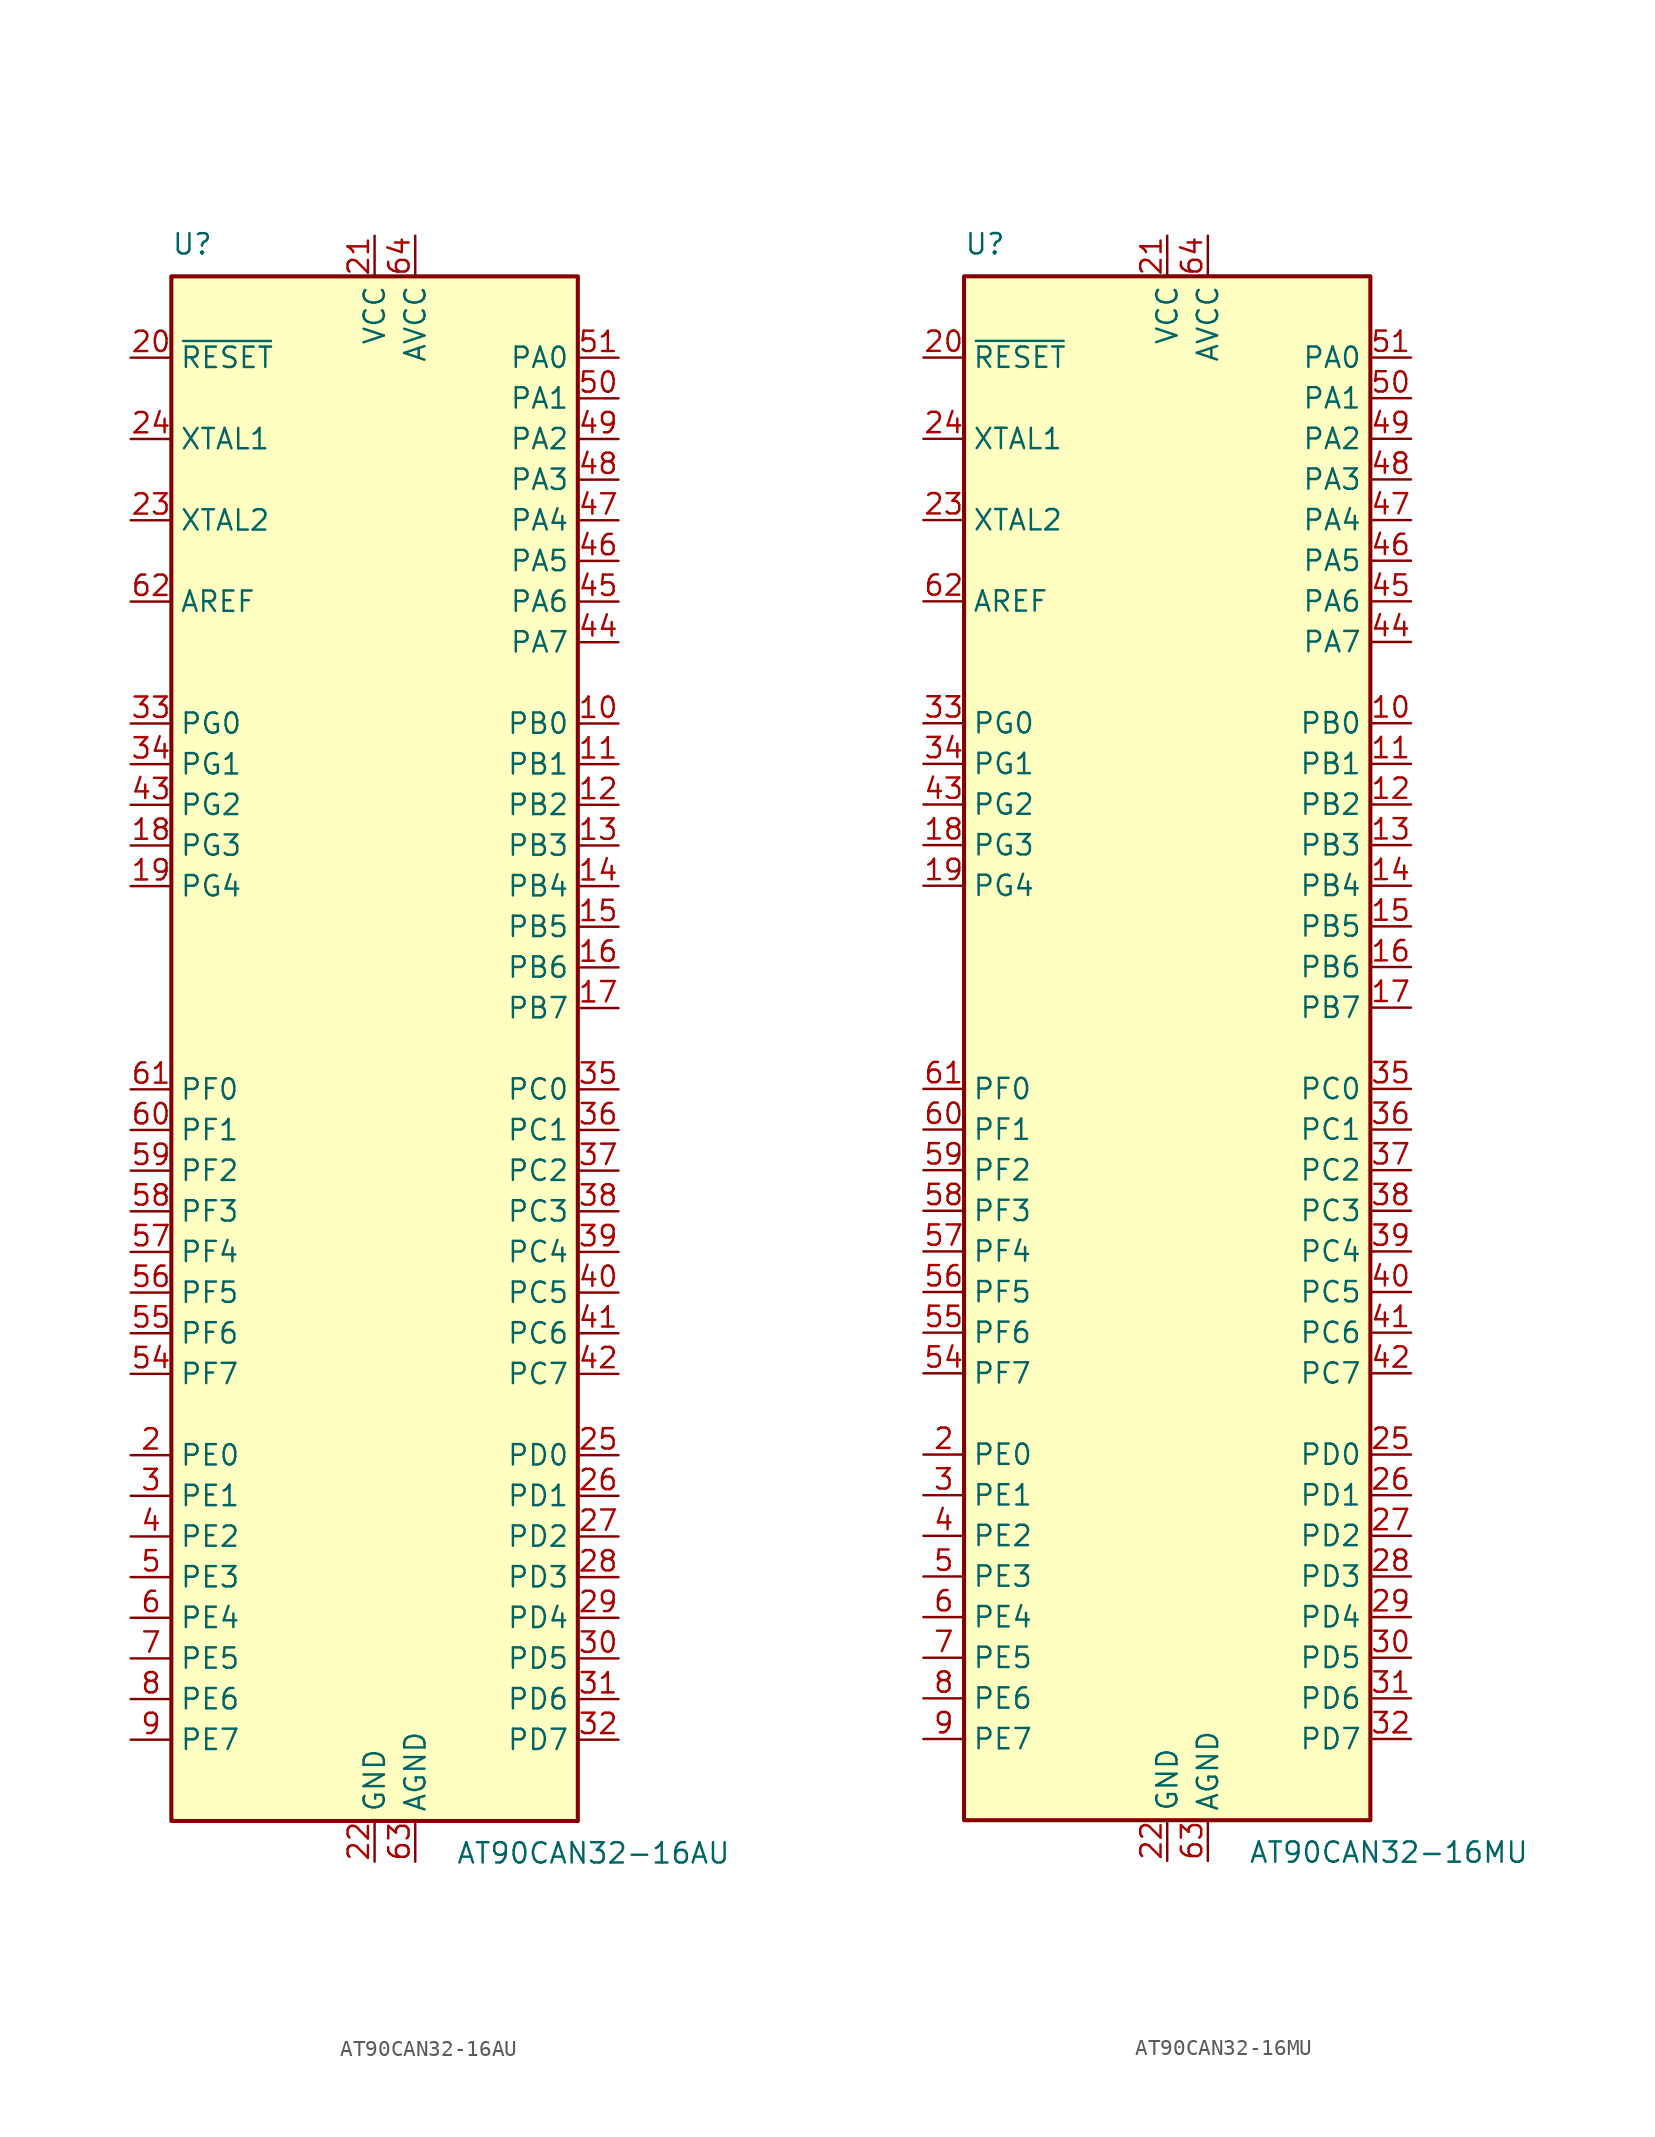
<source format=kicad_sym>
(kicad_symbol_lib
  (version 20201005)
  (generator kicad_symbol_editor)
  (symbol "AT90CAN32-16AU"
    (property "Reference" "U"
      (at -12.7 49.53 0)
      (effects (font (size 1.27 1.27)) (justify left bottom)))
    (property "Value" "AT90CAN32-16AU"
      (at 5.08 -49.53 0)
      (effects (font (size 1.27 1.27)) (justify left top)))
    (symbol "AT90CAN32-16AU_0_1"
      (rectangle (start -12.7 -48.26) (end 12.7 48.26) (stroke (width 0.254)) (fill (type background))))
    (symbol "AT90CAN32-16AU_1_1"
      (pin no_connect line (at -12.7 -45.72 0) (length 2.54) hide (name "NC" (effects (font (size 1.27 1.27)))) (number "1" (effects (font (size 1.27 1.27)))))
      (pin tri_state line (at 15.24 20.32 180) (length 2.54) (name "PB0" (effects (font (size 1.27 1.27)))) (number "10" (effects (font (size 1.27 1.27)))))
      (pin tri_state line (at 15.24 17.78 180) (length 2.54) (name "PB1" (effects (font (size 1.27 1.27)))) (number "11" (effects (font (size 1.27 1.27)))))
      (pin tri_state line (at 15.24 15.24 180) (length 2.54) (name "PB2" (effects (font (size 1.27 1.27)))) (number "12" (effects (font (size 1.27 1.27)))))
      (pin tri_state line (at 15.24 12.7 180) (length 2.54) (name "PB3" (effects (font (size 1.27 1.27)))) (number "13" (effects (font (size 1.27 1.27)))))
      (pin tri_state line (at 15.24 10.16 180) (length 2.54) (name "PB4" (effects (font (size 1.27 1.27)))) (number "14" (effects (font (size 1.27 1.27)))))
      (pin tri_state line (at 15.24 7.62 180) (length 2.54) (name "PB5" (effects (font (size 1.27 1.27)))) (number "15" (effects (font (size 1.27 1.27)))))
      (pin tri_state line (at 15.24 5.08 180) (length 2.54) (name "PB6" (effects (font (size 1.27 1.27)))) (number "16" (effects (font (size 1.27 1.27)))))
      (pin tri_state line (at 15.24 2.54 180) (length 2.54) (name "PB7" (effects (font (size 1.27 1.27)))) (number "17" (effects (font (size 1.27 1.27)))))
      (pin tri_state line (at -15.24 12.7 0) (length 2.54) (name "PG3" (effects (font (size 1.27 1.27)))) (number "18" (effects (font (size 1.27 1.27)))))
      (pin tri_state line (at -15.24 10.16 0) (length 2.54) (name "PG4" (effects (font (size 1.27 1.27)))) (number "19" (effects (font (size 1.27 1.27)))))
      (pin tri_state line (at -15.24 -25.4 0) (length 2.54) (name "PE0" (effects (font (size 1.27 1.27)))) (number "2" (effects (font (size 1.27 1.27)))))
      (pin input line (at -15.24 43.18 0) (length 2.54) (name "~RESET" (effects (font (size 1.27 1.27)))) (number "20" (effects (font (size 1.27 1.27)))))
      (pin power_in line (at 0 50.8 270) (length 2.54) (name "VCC" (effects (font (size 1.27 1.27)))) (number "21" (effects (font (size 1.27 1.27)))))
      (pin power_in line (at 0 -50.8 90) (length 2.54) (name "GND" (effects (font (size 1.27 1.27)))) (number "22" (effects (font (size 1.27 1.27)))))
      (pin output line (at -15.24 33.02 0) (length 2.54) (name "XTAL2" (effects (font (size 1.27 1.27)))) (number "23" (effects (font (size 1.27 1.27)))))
      (pin input line (at -15.24 38.1 0) (length 2.54) (name "XTAL1" (effects (font (size 1.27 1.27)))) (number "24" (effects (font (size 1.27 1.27)))))
      (pin tri_state line (at 15.24 -25.4 180) (length 2.54) (name "PD0" (effects (font (size 1.27 1.27)))) (number "25" (effects (font (size 1.27 1.27)))))
      (pin tri_state line (at 15.24 -27.94 180) (length 2.54) (name "PD1" (effects (font (size 1.27 1.27)))) (number "26" (effects (font (size 1.27 1.27)))))
      (pin tri_state line (at 15.24 -30.48 180) (length 2.54) (name "PD2" (effects (font (size 1.27 1.27)))) (number "27" (effects (font (size 1.27 1.27)))))
      (pin tri_state line (at 15.24 -33.02 180) (length 2.54) (name "PD3" (effects (font (size 1.27 1.27)))) (number "28" (effects (font (size 1.27 1.27)))))
      (pin tri_state line (at 15.24 -35.56 180) (length 2.54) (name "PD4" (effects (font (size 1.27 1.27)))) (number "29" (effects (font (size 1.27 1.27)))))
      (pin tri_state line (at -15.24 -27.94 0) (length 2.54) (name "PE1" (effects (font (size 1.27 1.27)))) (number "3" (effects (font (size 1.27 1.27)))))
      (pin tri_state line (at 15.24 -38.1 180) (length 2.54) (name "PD5" (effects (font (size 1.27 1.27)))) (number "30" (effects (font (size 1.27 1.27)))))
      (pin tri_state line (at 15.24 -40.64 180) (length 2.54) (name "PD6" (effects (font (size 1.27 1.27)))) (number "31" (effects (font (size 1.27 1.27)))))
      (pin tri_state line (at 15.24 -43.18 180) (length 2.54) (name "PD7" (effects (font (size 1.27 1.27)))) (number "32" (effects (font (size 1.27 1.27)))))
      (pin tri_state line (at -15.24 20.32 0) (length 2.54) (name "PG0" (effects (font (size 1.27 1.27)))) (number "33" (effects (font (size 1.27 1.27)))))
      (pin tri_state line (at -15.24 17.78 0) (length 2.54) (name "PG1" (effects (font (size 1.27 1.27)))) (number "34" (effects (font (size 1.27 1.27)))))
      (pin tri_state line (at 15.24 -2.54 180) (length 2.54) (name "PC0" (effects (font (size 1.27 1.27)))) (number "35" (effects (font (size 1.27 1.27)))))
      (pin tri_state line (at 15.24 -5.08 180) (length 2.54) (name "PC1" (effects (font (size 1.27 1.27)))) (number "36" (effects (font (size 1.27 1.27)))))
      (pin tri_state line (at 15.24 -7.62 180) (length 2.54) (name "PC2" (effects (font (size 1.27 1.27)))) (number "37" (effects (font (size 1.27 1.27)))))
      (pin tri_state line (at 15.24 -10.16 180) (length 2.54) (name "PC3" (effects (font (size 1.27 1.27)))) (number "38" (effects (font (size 1.27 1.27)))))
      (pin tri_state line (at 15.24 -12.7 180) (length 2.54) (name "PC4" (effects (font (size 1.27 1.27)))) (number "39" (effects (font (size 1.27 1.27)))))
      (pin tri_state line (at -15.24 -30.48 0) (length 2.54) (name "PE2" (effects (font (size 1.27 1.27)))) (number "4" (effects (font (size 1.27 1.27)))))
      (pin tri_state line (at 15.24 -15.24 180) (length 2.54) (name "PC5" (effects (font (size 1.27 1.27)))) (number "40" (effects (font (size 1.27 1.27)))))
      (pin tri_state line (at 15.24 -17.78 180) (length 2.54) (name "PC6" (effects (font (size 1.27 1.27)))) (number "41" (effects (font (size 1.27 1.27)))))
      (pin tri_state line (at 15.24 -20.32 180) (length 2.54) (name "PC7" (effects (font (size 1.27 1.27)))) (number "42" (effects (font (size 1.27 1.27)))))
      (pin tri_state line (at -15.24 15.24 0) (length 2.54) (name "PG2" (effects (font (size 1.27 1.27)))) (number "43" (effects (font (size 1.27 1.27)))))
      (pin tri_state line (at 15.24 25.4 180) (length 2.54) (name "PA7" (effects (font (size 1.27 1.27)))) (number "44" (effects (font (size 1.27 1.27)))))
      (pin tri_state line (at 15.24 27.94 180) (length 2.54) (name "PA6" (effects (font (size 1.27 1.27)))) (number "45" (effects (font (size 1.27 1.27)))))
      (pin tri_state line (at 15.24 30.48 180) (length 2.54) (name "PA5" (effects (font (size 1.27 1.27)))) (number "46" (effects (font (size 1.27 1.27)))))
      (pin tri_state line (at 15.24 33.02 180) (length 2.54) (name "PA4" (effects (font (size 1.27 1.27)))) (number "47" (effects (font (size 1.27 1.27)))))
      (pin tri_state line (at 15.24 35.56 180) (length 2.54) (name "PA3" (effects (font (size 1.27 1.27)))) (number "48" (effects (font (size 1.27 1.27)))))
      (pin tri_state line (at 15.24 38.1 180) (length 2.54) (name "PA2" (effects (font (size 1.27 1.27)))) (number "49" (effects (font (size 1.27 1.27)))))
      (pin tri_state line (at -15.24 -33.02 0) (length 2.54) (name "PE3" (effects (font (size 1.27 1.27)))) (number "5" (effects (font (size 1.27 1.27)))))
      (pin tri_state line (at 15.24 40.64 180) (length 2.54) (name "PA1" (effects (font (size 1.27 1.27)))) (number "50" (effects (font (size 1.27 1.27)))))
      (pin tri_state line (at 15.24 43.18 180) (length 2.54) (name "PA0" (effects (font (size 1.27 1.27)))) (number "51" (effects (font (size 1.27 1.27)))))
      (pin passive line (at 0 50.8 270) (length 2.54) hide (name "VCC" (effects (font (size 1.27 1.27)))) (number "52" (effects (font (size 1.27 1.27)))))
      (pin passive line (at 0 -50.8 90) (length 2.54) hide (name "GND" (effects (font (size 1.27 1.27)))) (number "53" (effects (font (size 1.27 1.27)))))
      (pin tri_state line (at -15.24 -20.32 0) (length 2.54) (name "PF7" (effects (font (size 1.27 1.27)))) (number "54" (effects (font (size 1.27 1.27)))))
      (pin tri_state line (at -15.24 -17.78 0) (length 2.54) (name "PF6" (effects (font (size 1.27 1.27)))) (number "55" (effects (font (size 1.27 1.27)))))
      (pin tri_state line (at -15.24 -15.24 0) (length 2.54) (name "PF5" (effects (font (size 1.27 1.27)))) (number "56" (effects (font (size 1.27 1.27)))))
      (pin tri_state line (at -15.24 -12.7 0) (length 2.54) (name "PF4" (effects (font (size 1.27 1.27)))) (number "57" (effects (font (size 1.27 1.27)))))
      (pin tri_state line (at -15.24 -10.16 0) (length 2.54) (name "PF3" (effects (font (size 1.27 1.27)))) (number "58" (effects (font (size 1.27 1.27)))))
      (pin tri_state line (at -15.24 -7.62 0) (length 2.54) (name "PF2" (effects (font (size 1.27 1.27)))) (number "59" (effects (font (size 1.27 1.27)))))
      (pin tri_state line (at -15.24 -35.56 0) (length 2.54) (name "PE4" (effects (font (size 1.27 1.27)))) (number "6" (effects (font (size 1.27 1.27)))))
      (pin tri_state line (at -15.24 -5.08 0) (length 2.54) (name "PF1" (effects (font (size 1.27 1.27)))) (number "60" (effects (font (size 1.27 1.27)))))
      (pin tri_state line (at -15.24 -2.54 0) (length 2.54) (name "PF0" (effects (font (size 1.27 1.27)))) (number "61" (effects (font (size 1.27 1.27)))))
      (pin passive line (at -15.24 27.94 0) (length 2.54) (name "AREF" (effects (font (size 1.27 1.27)))) (number "62" (effects (font (size 1.27 1.27)))))
      (pin power_in line (at 2.54 -50.8 90) (length 2.54) (name "AGND" (effects (font (size 1.27 1.27)))) (number "63" (effects (font (size 1.27 1.27)))))
      (pin power_in line (at 2.54 50.8 270) (length 2.54) (name "AVCC" (effects (font (size 1.27 1.27)))) (number "64" (effects (font (size 1.27 1.27)))))
      (pin tri_state line (at -15.24 -38.1 0) (length 2.54) (name "PE5" (effects (font (size 1.27 1.27)))) (number "7" (effects (font (size 1.27 1.27)))))
      (pin tri_state line (at -15.24 -40.64 0) (length 2.54) (name "PE6" (effects (font (size 1.27 1.27)))) (number "8" (effects (font (size 1.27 1.27)))))
      (pin tri_state line (at -15.24 -43.18 0) (length 2.54) (name "PE7" (effects (font (size 1.27 1.27)))) (number "9" (effects (font (size 1.27 1.27)))))))
  (symbol "AT90CAN32-16MU"
    (property "Reference" "U"
      (at -12.7 49.53 0)
      (effects (font (size 1.27 1.27)) (justify left bottom)))
    (property "Value" "AT90CAN32-16MU"
      (at 5.08 -49.53 0)
      (effects (font (size 1.27 1.27)) (justify left top)))
    (symbol "AT90CAN32-16MU_0_1"
      (rectangle (start -12.7 -48.26) (end 12.7 48.26) (stroke (width 0.254)) (fill (type background))))
    (symbol "AT90CAN32-16MU_1_1"
      (pin no_connect line (at -12.7 -45.72 0) (length 2.54) hide (name "NC" (effects (font (size 1.27 1.27)))) (number "1" (effects (font (size 1.27 1.27)))))
      (pin tri_state line (at 15.24 20.32 180) (length 2.54) (name "PB0" (effects (font (size 1.27 1.27)))) (number "10" (effects (font (size 1.27 1.27)))))
      (pin tri_state line (at 15.24 17.78 180) (length 2.54) (name "PB1" (effects (font (size 1.27 1.27)))) (number "11" (effects (font (size 1.27 1.27)))))
      (pin tri_state line (at 15.24 15.24 180) (length 2.54) (name "PB2" (effects (font (size 1.27 1.27)))) (number "12" (effects (font (size 1.27 1.27)))))
      (pin tri_state line (at 15.24 12.7 180) (length 2.54) (name "PB3" (effects (font (size 1.27 1.27)))) (number "13" (effects (font (size 1.27 1.27)))))
      (pin tri_state line (at 15.24 10.16 180) (length 2.54) (name "PB4" (effects (font (size 1.27 1.27)))) (number "14" (effects (font (size 1.27 1.27)))))
      (pin tri_state line (at 15.24 7.62 180) (length 2.54) (name "PB5" (effects (font (size 1.27 1.27)))) (number "15" (effects (font (size 1.27 1.27)))))
      (pin tri_state line (at 15.24 5.08 180) (length 2.54) (name "PB6" (effects (font (size 1.27 1.27)))) (number "16" (effects (font (size 1.27 1.27)))))
      (pin tri_state line (at 15.24 2.54 180) (length 2.54) (name "PB7" (effects (font (size 1.27 1.27)))) (number "17" (effects (font (size 1.27 1.27)))))
      (pin tri_state line (at -15.24 12.7 0) (length 2.54) (name "PG3" (effects (font (size 1.27 1.27)))) (number "18" (effects (font (size 1.27 1.27)))))
      (pin tri_state line (at -15.24 10.16 0) (length 2.54) (name "PG4" (effects (font (size 1.27 1.27)))) (number "19" (effects (font (size 1.27 1.27)))))
      (pin tri_state line (at -15.24 -25.4 0) (length 2.54) (name "PE0" (effects (font (size 1.27 1.27)))) (number "2" (effects (font (size 1.27 1.27)))))
      (pin input line (at -15.24 43.18 0) (length 2.54) (name "~RESET" (effects (font (size 1.27 1.27)))) (number "20" (effects (font (size 1.27 1.27)))))
      (pin power_in line (at 0 50.8 270) (length 2.54) (name "VCC" (effects (font (size 1.27 1.27)))) (number "21" (effects (font (size 1.27 1.27)))))
      (pin power_in line (at 0 -50.8 90) (length 2.54) (name "GND" (effects (font (size 1.27 1.27)))) (number "22" (effects (font (size 1.27 1.27)))))
      (pin output line (at -15.24 33.02 0) (length 2.54) (name "XTAL2" (effects (font (size 1.27 1.27)))) (number "23" (effects (font (size 1.27 1.27)))))
      (pin input line (at -15.24 38.1 0) (length 2.54) (name "XTAL1" (effects (font (size 1.27 1.27)))) (number "24" (effects (font (size 1.27 1.27)))))
      (pin tri_state line (at 15.24 -25.4 180) (length 2.54) (name "PD0" (effects (font (size 1.27 1.27)))) (number "25" (effects (font (size 1.27 1.27)))))
      (pin tri_state line (at 15.24 -27.94 180) (length 2.54) (name "PD1" (effects (font (size 1.27 1.27)))) (number "26" (effects (font (size 1.27 1.27)))))
      (pin tri_state line (at 15.24 -30.48 180) (length 2.54) (name "PD2" (effects (font (size 1.27 1.27)))) (number "27" (effects (font (size 1.27 1.27)))))
      (pin tri_state line (at 15.24 -33.02 180) (length 2.54) (name "PD3" (effects (font (size 1.27 1.27)))) (number "28" (effects (font (size 1.27 1.27)))))
      (pin tri_state line (at 15.24 -35.56 180) (length 2.54) (name "PD4" (effects (font (size 1.27 1.27)))) (number "29" (effects (font (size 1.27 1.27)))))
      (pin tri_state line (at -15.24 -27.94 0) (length 2.54) (name "PE1" (effects (font (size 1.27 1.27)))) (number "3" (effects (font (size 1.27 1.27)))))
      (pin tri_state line (at 15.24 -38.1 180) (length 2.54) (name "PD5" (effects (font (size 1.27 1.27)))) (number "30" (effects (font (size 1.27 1.27)))))
      (pin tri_state line (at 15.24 -40.64 180) (length 2.54) (name "PD6" (effects (font (size 1.27 1.27)))) (number "31" (effects (font (size 1.27 1.27)))))
      (pin tri_state line (at 15.24 -43.18 180) (length 2.54) (name "PD7" (effects (font (size 1.27 1.27)))) (number "32" (effects (font (size 1.27 1.27)))))
      (pin tri_state line (at -15.24 20.32 0) (length 2.54) (name "PG0" (effects (font (size 1.27 1.27)))) (number "33" (effects (font (size 1.27 1.27)))))
      (pin tri_state line (at -15.24 17.78 0) (length 2.54) (name "PG1" (effects (font (size 1.27 1.27)))) (number "34" (effects (font (size 1.27 1.27)))))
      (pin tri_state line (at 15.24 -2.54 180) (length 2.54) (name "PC0" (effects (font (size 1.27 1.27)))) (number "35" (effects (font (size 1.27 1.27)))))
      (pin tri_state line (at 15.24 -5.08 180) (length 2.54) (name "PC1" (effects (font (size 1.27 1.27)))) (number "36" (effects (font (size 1.27 1.27)))))
      (pin tri_state line (at 15.24 -7.62 180) (length 2.54) (name "PC2" (effects (font (size 1.27 1.27)))) (number "37" (effects (font (size 1.27 1.27)))))
      (pin tri_state line (at 15.24 -10.16 180) (length 2.54) (name "PC3" (effects (font (size 1.27 1.27)))) (number "38" (effects (font (size 1.27 1.27)))))
      (pin tri_state line (at 15.24 -12.7 180) (length 2.54) (name "PC4" (effects (font (size 1.27 1.27)))) (number "39" (effects (font (size 1.27 1.27)))))
      (pin tri_state line (at -15.24 -30.48 0) (length 2.54) (name "PE2" (effects (font (size 1.27 1.27)))) (number "4" (effects (font (size 1.27 1.27)))))
      (pin tri_state line (at 15.24 -15.24 180) (length 2.54) (name "PC5" (effects (font (size 1.27 1.27)))) (number "40" (effects (font (size 1.27 1.27)))))
      (pin tri_state line (at 15.24 -17.78 180) (length 2.54) (name "PC6" (effects (font (size 1.27 1.27)))) (number "41" (effects (font (size 1.27 1.27)))))
      (pin tri_state line (at 15.24 -20.32 180) (length 2.54) (name "PC7" (effects (font (size 1.27 1.27)))) (number "42" (effects (font (size 1.27 1.27)))))
      (pin tri_state line (at -15.24 15.24 0) (length 2.54) (name "PG2" (effects (font (size 1.27 1.27)))) (number "43" (effects (font (size 1.27 1.27)))))
      (pin tri_state line (at 15.24 25.4 180) (length 2.54) (name "PA7" (effects (font (size 1.27 1.27)))) (number "44" (effects (font (size 1.27 1.27)))))
      (pin tri_state line (at 15.24 27.94 180) (length 2.54) (name "PA6" (effects (font (size 1.27 1.27)))) (number "45" (effects (font (size 1.27 1.27)))))
      (pin tri_state line (at 15.24 30.48 180) (length 2.54) (name "PA5" (effects (font (size 1.27 1.27)))) (number "46" (effects (font (size 1.27 1.27)))))
      (pin tri_state line (at 15.24 33.02 180) (length 2.54) (name "PA4" (effects (font (size 1.27 1.27)))) (number "47" (effects (font (size 1.27 1.27)))))
      (pin tri_state line (at 15.24 35.56 180) (length 2.54) (name "PA3" (effects (font (size 1.27 1.27)))) (number "48" (effects (font (size 1.27 1.27)))))
      (pin tri_state line (at 15.24 38.1 180) (length 2.54) (name "PA2" (effects (font (size 1.27 1.27)))) (number "49" (effects (font (size 1.27 1.27)))))
      (pin tri_state line (at -15.24 -33.02 0) (length 2.54) (name "PE3" (effects (font (size 1.27 1.27)))) (number "5" (effects (font (size 1.27 1.27)))))
      (pin tri_state line (at 15.24 40.64 180) (length 2.54) (name "PA1" (effects (font (size 1.27 1.27)))) (number "50" (effects (font (size 1.27 1.27)))))
      (pin tri_state line (at 15.24 43.18 180) (length 2.54) (name "PA0" (effects (font (size 1.27 1.27)))) (number "51" (effects (font (size 1.27 1.27)))))
      (pin passive line (at 0 50.8 270) (length 2.54) hide (name "VCC" (effects (font (size 1.27 1.27)))) (number "52" (effects (font (size 1.27 1.27)))))
      (pin passive line (at 0 -50.8 90) (length 2.54) hide (name "GND" (effects (font (size 1.27 1.27)))) (number "53" (effects (font (size 1.27 1.27)))))
      (pin tri_state line (at -15.24 -20.32 0) (length 2.54) (name "PF7" (effects (font (size 1.27 1.27)))) (number "54" (effects (font (size 1.27 1.27)))))
      (pin tri_state line (at -15.24 -17.78 0) (length 2.54) (name "PF6" (effects (font (size 1.27 1.27)))) (number "55" (effects (font (size 1.27 1.27)))))
      (pin tri_state line (at -15.24 -15.24 0) (length 2.54) (name "PF5" (effects (font (size 1.27 1.27)))) (number "56" (effects (font (size 1.27 1.27)))))
      (pin tri_state line (at -15.24 -12.7 0) (length 2.54) (name "PF4" (effects (font (size 1.27 1.27)))) (number "57" (effects (font (size 1.27 1.27)))))
      (pin tri_state line (at -15.24 -10.16 0) (length 2.54) (name "PF3" (effects (font (size 1.27 1.27)))) (number "58" (effects (font (size 1.27 1.27)))))
      (pin tri_state line (at -15.24 -7.62 0) (length 2.54) (name "PF2" (effects (font (size 1.27 1.27)))) (number "59" (effects (font (size 1.27 1.27)))))
      (pin tri_state line (at -15.24 -35.56 0) (length 2.54) (name "PE4" (effects (font (size 1.27 1.27)))) (number "6" (effects (font (size 1.27 1.27)))))
      (pin tri_state line (at -15.24 -5.08 0) (length 2.54) (name "PF1" (effects (font (size 1.27 1.27)))) (number "60" (effects (font (size 1.27 1.27)))))
      (pin tri_state line (at -15.24 -2.54 0) (length 2.54) (name "PF0" (effects (font (size 1.27 1.27)))) (number "61" (effects (font (size 1.27 1.27)))))
      (pin passive line (at -15.24 27.94 0) (length 2.54) (name "AREF" (effects (font (size 1.27 1.27)))) (number "62" (effects (font (size 1.27 1.27)))))
      (pin power_in line (at 2.54 -50.8 90) (length 2.54) (name "AGND" (effects (font (size 1.27 1.27)))) (number "63" (effects (font (size 1.27 1.27)))))
      (pin power_in line (at 2.54 50.8 270) (length 2.54) (name "AVCC" (effects (font (size 1.27 1.27)))) (number "64" (effects (font (size 1.27 1.27)))))
      (pin passive line (at 0 -50.8 90) (length 2.54) hide (name "GND" (effects (font (size 1.27 1.27)))) (number "65" (effects (font (size 1.27 1.27)))))
      (pin tri_state line (at -15.24 -38.1 0) (length 2.54) (name "PE5" (effects (font (size 1.27 1.27)))) (number "7" (effects (font (size 1.27 1.27)))))
      (pin tri_state line (at -15.24 -40.64 0) (length 2.54) (name "PE6" (effects (font (size 1.27 1.27)))) (number "8" (effects (font (size 1.27 1.27)))))
      (pin tri_state line (at -15.24 -43.18 0) (length 2.54) (name "PE7" (effects (font (size 1.27 1.27)))) (number "9" (effects (font (size 1.27 1.27))))))))
</source>
